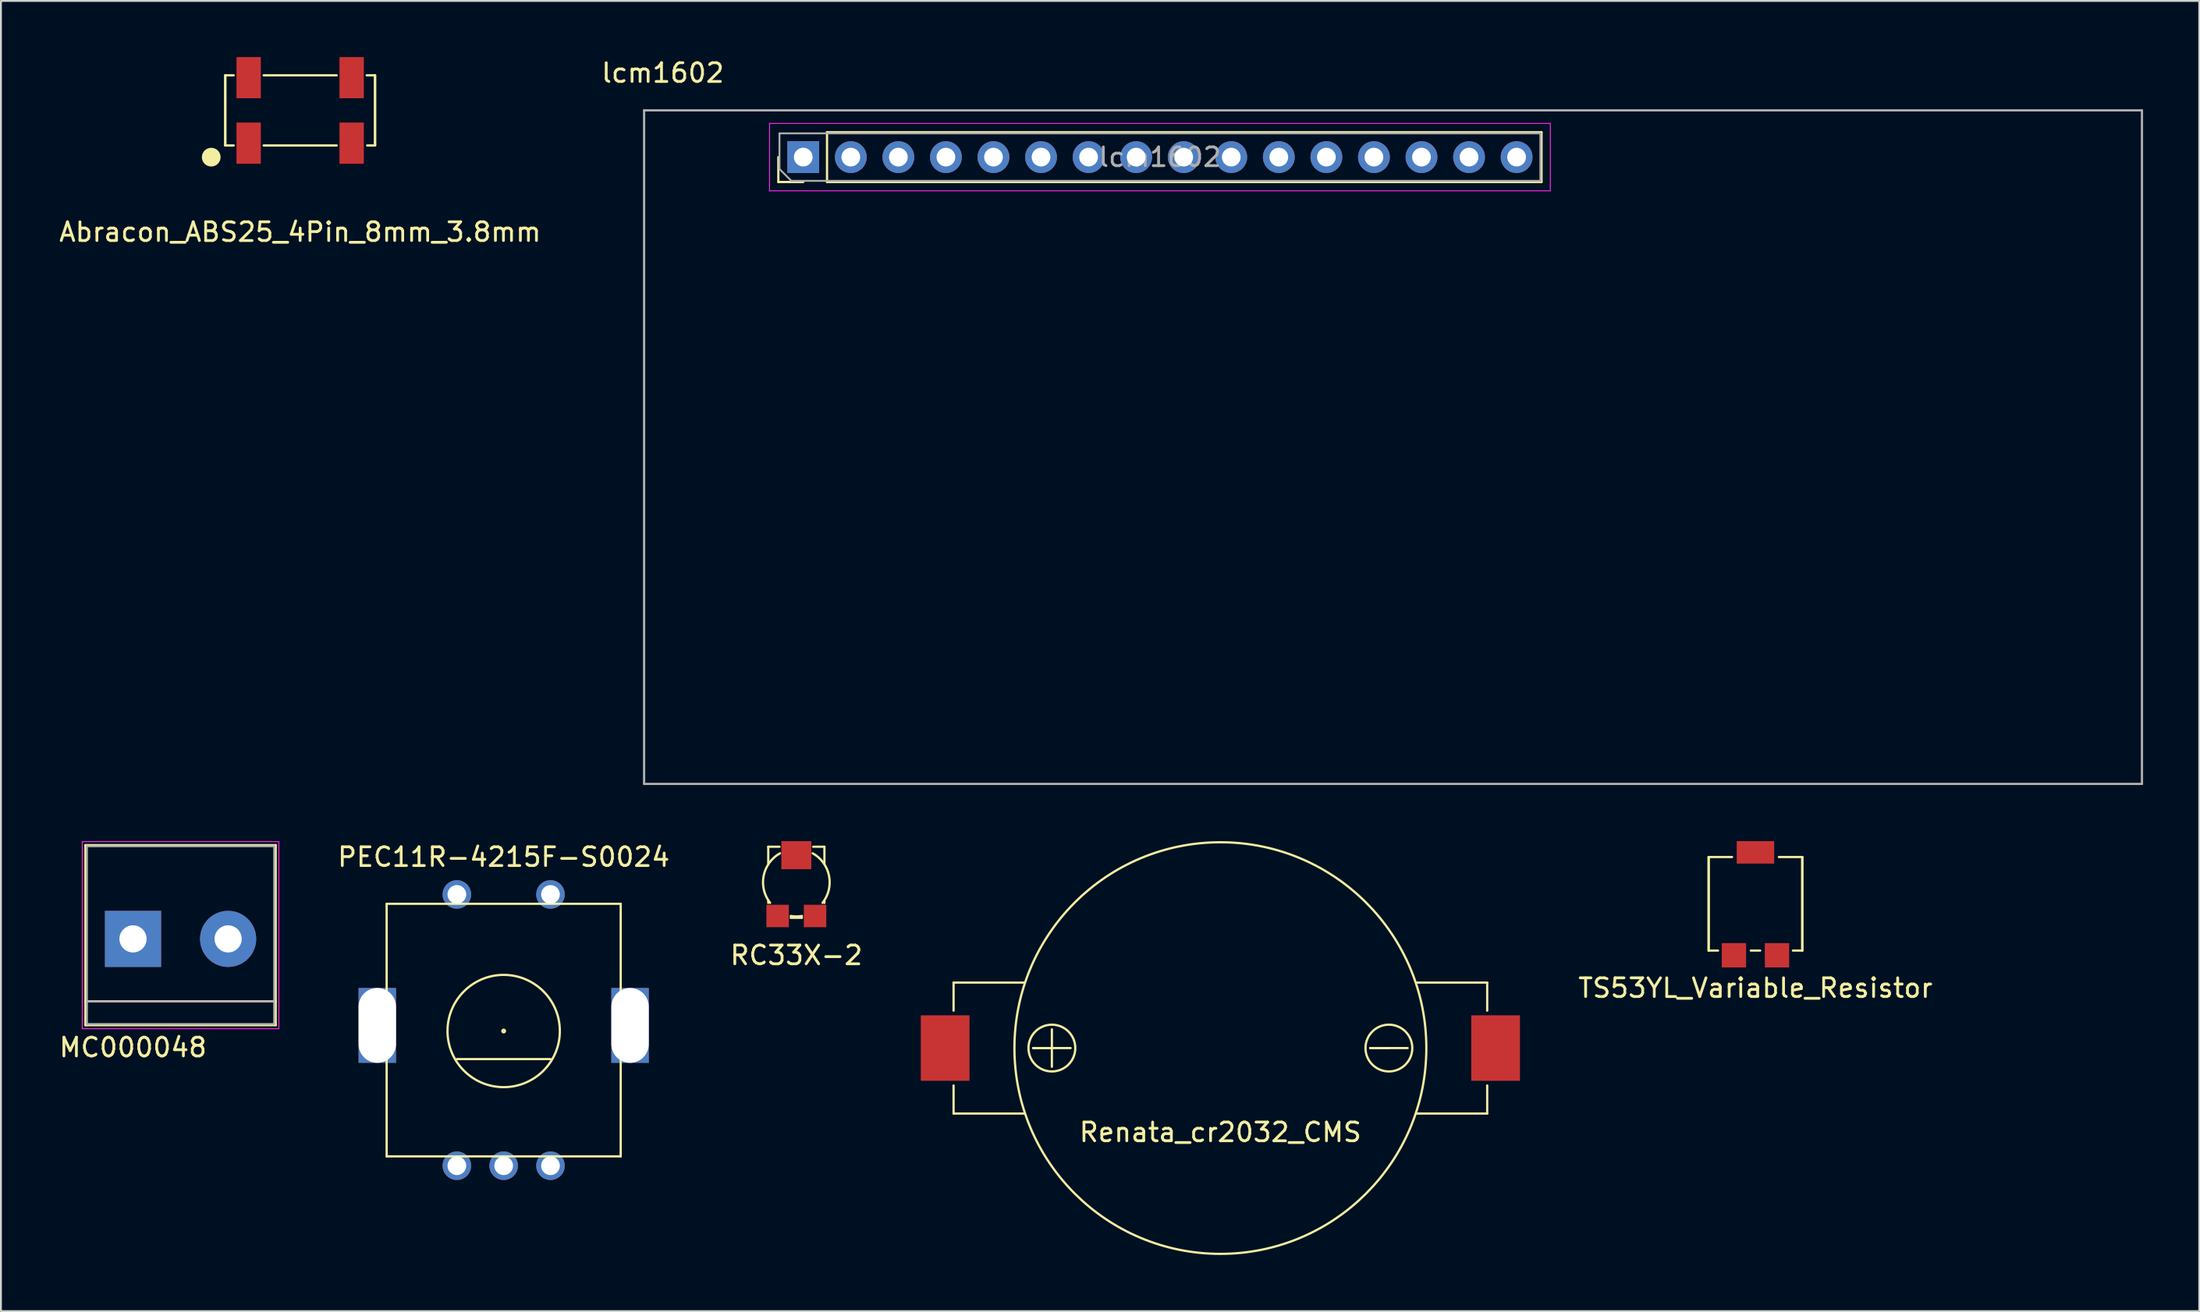
<source format=kicad_pcb>
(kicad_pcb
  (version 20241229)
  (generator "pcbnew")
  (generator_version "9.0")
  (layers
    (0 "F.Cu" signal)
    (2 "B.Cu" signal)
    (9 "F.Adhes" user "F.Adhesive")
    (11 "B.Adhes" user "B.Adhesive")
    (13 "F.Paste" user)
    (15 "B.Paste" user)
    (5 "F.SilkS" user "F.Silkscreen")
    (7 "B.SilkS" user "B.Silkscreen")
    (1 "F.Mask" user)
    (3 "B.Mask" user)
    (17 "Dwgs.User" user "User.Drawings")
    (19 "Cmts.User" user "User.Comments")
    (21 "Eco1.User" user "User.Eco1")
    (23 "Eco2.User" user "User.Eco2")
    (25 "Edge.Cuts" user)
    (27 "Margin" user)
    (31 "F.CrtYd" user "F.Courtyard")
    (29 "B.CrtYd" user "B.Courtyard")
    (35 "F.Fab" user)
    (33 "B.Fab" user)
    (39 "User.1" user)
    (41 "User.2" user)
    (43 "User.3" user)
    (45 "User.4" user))
  (footprint "RC33X-2"
    (layer "F.Cu")
    (at 39.482 44.108)
    (property "Reference" "RC33X-2" (at 0 3.9 0) (layer "F.SilkS") (effects (font (size 1 1) (thickness 0.15))))
    (attr through_hole)
    (fp_line (start -1.5 -1) (end -1.5 -1.9) (stroke (width 0.12) (type solid)) (layer "F.SilkS"))
    (fp_line (start -1.5 1) (end -1.5 1.1) (stroke (width 0.12) (type solid)) (layer "F.SilkS"))
    (fp_line (start -0.9 -1.9) (end -1.5 -1.9) (stroke (width 0.12) (type solid)) (layer "F.SilkS"))
    (fp_line (start -0.3 1.9) (end 0.3 1.9) (stroke (width 0.12) (type solid)) (layer "F.SilkS"))
    (fp_line (start 1.5 -1.9) (end 0.9 -1.9) (stroke (width 0.12) (type solid)) (layer "F.SilkS"))
    (fp_line (start 1.5 -1.9) (end 1.5 -1) (stroke (width 0.12) (type solid)) (layer "F.SilkS"))
    (fp_line (start 1.5 1.1) (end 1.5 1) (stroke (width 0.12) (type solid)) (layer "F.SilkS"))
    (fp_arc (start -1.399999 1.099999) (mid -1.746282 -0.34712) (end -0.872884 -1.551795) (stroke (width 0.12) (type solid)) (layer "F.SilkS"))
    (fp_arc (start 0.300001 1.799999) (mid 0.000001 1.824828) (end -0.299999 1.799999) (stroke (width 0.12) (type solid)) (layer "F.SilkS"))
    (fp_arc (start 0.872884 -1.551795) (mid 1.746282 -0.34712) (end 1.399999 1.099999) (stroke (width 0.12) (type solid)) (layer "F.SilkS"))
    (fp_line (start 0.9 -1.9) (end 1.5 -1.9) (stroke (width 0.12) (type solid)) (layer "Eco1.User"))
    (fp_line (start 1.5 -1.9) (end 1.5 -1) (stroke (width 0.12) (type solid)) (layer "Eco1.User"))
    (pad "1" smd rect (at 1 1.8) (size 1.2 1.2) (layers "F.Cu" "F.Mask" "F.Paste"))
    (pad "2" smd rect (at 0 -1.45) (size 1.6 1.5) (layers "F.Cu" "F.Mask" "F.Paste"))
    (pad "3" smd rect (at -1 1.8) (size 1.2 1.2) (layers "F.Cu" "F.Mask" "F.Paste")))
  (footprint "Abracon_ABS25_4Pin_8mm_3.8mm"
    (layer "F.Cu")
    (at 12.982 2.85)
    (property "Reference" "Abracon_ABS25_4Pin_8mm_3.8mm" (at 0 6.5 0) (layer "F.SilkS") (effects (font (size 1 1) (thickness 0.15))))
    (attr through_hole)
    (fp_line (start -4 -1.875) (end -4 1.875) (stroke (width 0.12) (type solid)) (layer "F.SilkS"))
    (fp_line (start -4 1.875) (end -4 -1.875) (stroke (width 0.12) (type solid)) (layer "F.SilkS"))
    (fp_line (start -4 1.875) (end -3.55 1.875) (stroke (width 0.12) (type solid)) (layer "F.SilkS"))
    (fp_line (start -3.55 -1.875) (end -4 -1.875) (stroke (width 0.12) (type solid)) (layer "F.SilkS"))
    (fp_line (start -1.95 1.875) (end 1.95 1.875) (stroke (width 0.12) (type solid)) (layer "F.SilkS"))
    (fp_line (start 1.95 -1.875) (end -1.95 -1.875) (stroke (width 0.12) (type solid)) (layer "F.SilkS"))
    (fp_line (start 3.575 1.875) (end 4 1.875) (stroke (width 0.12) (type solid)) (layer "F.SilkS"))
    (fp_line (start 4 -1.875) (end 3.55 -1.875) (stroke (width 0.12) (type solid)) (layer "F.SilkS"))
    (fp_line (start 4 -1.875) (end 4 1.875) (stroke (width 0.12) (type solid)) (layer "F.SilkS"))
    (fp_line (start 4 1.875) (end 4 -1.875) (stroke (width 0.12) (type solid)) (layer "F.SilkS"))
    (fp_circle (center -4.75 2.5) (end -4.5 2.5) (stroke (width 0.5) (type solid)) (fill no) (layer "F.SilkS"))
    (pad "1" smd rect (at -2.75 1.6) (size 1.3 2.2) (drill (offset 0 0.15)) (layers "F.Cu" "F.Mask" "F.Paste"))
    (pad "2" smd rect (at 2.75 1.6) (size 1.3 2.2) (drill (offset 0 0.15)) (layers "F.Cu" "F.Mask" "F.Paste"))
    (pad "3" smd rect (at 2.75 -1.6 180) (size 1.3 2.2) (drill (offset 0 0.15)) (layers "F.Cu" "F.Mask" "F.Paste"))
    (pad "4" smd rect (at -2.75 -1.9) (size 1.3 2.2) (drill (offset 0 0.15)) (layers "F.Cu" "F.Mask" "F.Paste")))
  (footprint "Renata_cr2032_CMS"
    (layer "F.Cu")
    (at 62.13 52.968)
    (property "Reference" "Renata_cr2032_CMS" (at 0 4.5 0) (layer "F.SilkS") (effects (font (size 1 1) (thickness 0.15))))
    (attr through_hole)
    (fp_line (start -14.25 -3.5) (end -10.5 -3.5) (stroke (width 0.12) (type solid)) (layer "F.SilkS"))
    (fp_line (start -14.25 -2) (end -14.25 -3.5) (stroke (width 0.12) (type solid)) (layer "F.SilkS"))
    (fp_line (start -14.25 2) (end -14.25 3.5) (stroke (width 0.12) (type solid)) (layer "F.SilkS"))
    (fp_line (start -14.25 3.5) (end -10.5 3.5) (stroke (width 0.12) (type solid)) (layer "F.SilkS"))
    (fp_line (start -10 0) (end -8 0) (stroke (width 0.12) (type solid)) (layer "F.SilkS"))
    (fp_line (start -9 -1) (end -9 1) (stroke (width 0.12) (type solid)) (layer "F.SilkS"))
    (fp_line (start -9 0) (end -10 0) (stroke (width 0.12) (type solid)) (layer "F.SilkS"))
    (fp_line (start 8 0) (end 10 0) (stroke (width 0.12) (type solid)) (layer "F.SilkS"))
    (fp_line (start 9 0) (end 8 0) (stroke (width 0.12) (type solid)) (layer "F.SilkS"))
    (fp_line (start 10.5 -3.5) (end 14.25 -3.5) (stroke (width 0.12) (type solid)) (layer "F.SilkS"))
    (fp_line (start 14.25 -3.5) (end 14.25 -2) (stroke (width 0.12) (type solid)) (layer "F.SilkS"))
    (fp_line (start 14.25 2) (end 14.25 3.5) (stroke (width 0.12) (type solid)) (layer "F.SilkS"))
    (fp_line (start 14.25 3.5) (end 10.5 3.5) (stroke (width 0.12) (type solid)) (layer "F.SilkS"))
    (fp_circle (center -9 0) (end -7.75 0) (stroke (width 0.12) (type solid)) (fill no) (layer "F.SilkS"))
    (fp_circle (center 0 0) (end 11 0) (stroke (width 0.12) (type solid)) (fill no) (layer "F.SilkS"))
    (fp_circle (center 9 0) (end 10.25 0) (stroke (width 0.12) (type solid)) (fill no) (layer "F.SilkS"))
    (pad "1" smd rect (at -14.7 0) (size 2.6 3.5) (layers "F.Cu" "F.Mask" "F.Paste"))
    (pad "2" smd rect (at 14.7 0) (size 2.6 3.5) (layers "F.Cu" "F.Mask" "F.Paste")))
  (footprint "TS53YL_Variable_Resistor"
    (layer "F.Cu")
    (at 90.708 45.258)
    (property "Reference" "TS53YL_Variable_Resistor" (at 0 4.5 0) (layer "F.SilkS") (effects (font (size 1 1) (thickness 0.15))))
    (attr through_hole)
    (fp_line (start -2.5 -2.5) (end -2.5 2.5) (stroke (width 0.12) (type solid)) (layer "F.SilkS"))
    (fp_line (start -2.5 2.5) (end -2.5 -2.5) (stroke (width 0.12) (type solid)) (layer "F.SilkS"))
    (fp_line (start -2.5 2.5) (end -2 2.5) (stroke (width 0.12) (type solid)) (layer "F.SilkS"))
    (fp_line (start -1.25 -2.5) (end -2.5 -2.5) (stroke (width 0.12) (type solid)) (layer "F.SilkS"))
    (fp_line (start -0.25 2.5) (end 0.25 2.5) (stroke (width 0.12) (type solid)) (layer "F.SilkS"))
    (fp_line (start 2 2.5) (end 2.5 2.5) (stroke (width 0.12) (type solid)) (layer "F.SilkS"))
    (fp_line (start 2.5 -2.5) (end 1.25 -2.5) (stroke (width 0.12) (type solid)) (layer "F.SilkS"))
    (fp_line (start 2.5 -2.5) (end 2.5 2.5) (stroke (width 0.12) (type solid)) (layer "F.SilkS"))
    (fp_line (start 2.5 2.5) (end 2.5 -2.5) (stroke (width 0.12) (type solid)) (layer "F.SilkS"))
    (pad "1" smd rect (at 1.15 2.75) (size 1.3 1.3) (layers "F.Cu" "F.Mask" "F.Paste"))
    (pad "2" smd rect (at 0 -2.75) (size 2 1.2) (layers "F.Cu" "F.Mask" "F.Paste"))
    (pad "3" smd rect (at -1.15 2.75) (size 1.3 1.3) (layers "F.Cu" "F.Mask" "F.Paste")))
  (footprint "MC000048"
    (layer "F.Cu")
    (at 1.054 51.933)
    (property "Reference" "MC000048" (at 3 1 0) (layer "F.SilkS") (effects (font (size 1 1) (thickness 0.15))))
    (attr through_hole)
    (fp_line (start 0.46 -9.81) (end 0.46 -0.19) (stroke (width 0.12) (type solid)) (layer "F.SilkS"))
    (fp_line (start 0.46 -0.19) (end 10.62 -0.19) (stroke (width 0.12) (type solid)) (layer "F.SilkS"))
    (fp_line (start 10.62 -9.81) (end 0.46 -9.81) (stroke (width 0.12) (type solid)) (layer "F.SilkS"))
    (fp_line (start 10.62 -1.46) (end 0.46 -1.46) (stroke (width 0.12) (type solid)) (layer "F.SilkS"))
    (fp_line (start 10.62 -0.19) (end 10.62 -9.81) (stroke (width 0.12) (type solid)) (layer "F.SilkS"))
    (fp_line (start 0.29 -10) (end 0.29 0) (stroke (width 0.05) (type solid)) (layer "F.CrtYd"))
    (fp_line (start 0.29 -10) (end 10.79 -10) (stroke (width 0.05) (type solid)) (layer "F.CrtYd"))
    (fp_line (start 10.79 0) (end 0.29 0) (stroke (width 0.05) (type solid)) (layer "F.CrtYd"))
    (fp_line (start 10.79 0) (end 10.79 -10) (stroke (width 0.05) (type solid)) (layer "F.CrtYd"))
    (fp_line (start 0.54 -9.75) (end 0.54 -0.25) (stroke (width 0.1) (type solid)) (layer "F.Fab"))
    (fp_line (start 0.54 -0.25) (end 10.54 -0.25) (stroke (width 0.1) (type solid)) (layer "F.Fab"))
    (fp_line (start 0.59 -1.45) (end 10.49 -1.45) (stroke (width 0.1) (type solid)) (layer "F.Fab"))
    (fp_line (start 10.54 -9.75) (end 0.54 -9.75) (stroke (width 0.1) (type solid)) (layer "F.Fab"))
    (fp_line (start 10.54 -0.25) (end 10.54 -9.75) (stroke (width 0.1) (type solid)) (layer "F.Fab"))
    (pad "1" thru_hole rect (at 3 -4.8) (size 3 3) (drill 1.45) (layers "*.Cu" "*.Mask"))
    (pad "2" thru_hole circle (at 8.08 -4.8) (size 3 3) (drill 1.45) (layers "*.Cu" "*.Mask")))
  (footprint "lcm1602"
    (layer "F.Cu")
    (at 31.351 2.848)
    (property "Reference" "lcm1602" (at 1 -2 0) (layer "F.SilkS") (effects (font (size 1 1) (thickness 0.15))))
    (attr through_hole)
    (fp_line (start 7.17 3.83) (end 7.17 2.5) (stroke (width 0.12) (type solid)) (layer "F.SilkS"))
    (fp_line (start 8.5 3.83) (end 7.17 3.83) (stroke (width 0.12) (type solid)) (layer "F.SilkS"))
    (fp_line (start 9.77 1.17) (end 47.93 1.17) (stroke (width 0.12) (type solid)) (layer "F.SilkS"))
    (fp_line (start 9.77 3.83) (end 9.77 1.17) (stroke (width 0.12) (type solid)) (layer "F.SilkS"))
    (fp_line (start 9.77 3.83) (end 47.93 3.83) (stroke (width 0.12) (type solid)) (layer "F.SilkS"))
    (fp_line (start 47.93 3.83) (end 47.93 1.17) (stroke (width 0.12) (type solid)) (layer "F.SilkS"))
    (fp_line (start 6.7 0.7) (end 6.7 4.3) (stroke (width 0.05) (type solid)) (layer "F.CrtYd"))
    (fp_line (start 6.7 4.3) (end 48.4 4.3) (stroke (width 0.05) (type solid)) (layer "F.CrtYd"))
    (fp_line (start 48.4 0.7) (end 6.7 0.7) (stroke (width 0.05) (type solid)) (layer "F.CrtYd"))
    (fp_line (start 48.4 4.3) (end 48.4 0.7) (stroke (width 0.05) (type solid)) (layer "F.CrtYd"))
    (fp_line (start 0 0) (end 80 0) (stroke (width 0.12) (type solid)) (layer "F.Fab"))
    (fp_line (start 0 36) (end 0 0) (stroke (width 0.12) (type solid)) (layer "F.Fab"))
    (fp_line (start 7.23 1.23) (end 47.87 1.23) (stroke (width 0.1) (type solid)) (layer "F.Fab"))
    (fp_line (start 7.23 3.135) (end 7.23 1.23) (stroke (width 0.1) (type solid)) (layer "F.Fab"))
    (fp_line (start 7.865 3.77) (end 7.23 3.135) (stroke (width 0.1) (type solid)) (layer "F.Fab"))
    (fp_line (start 47.87 1.23) (end 47.87 3.77) (stroke (width 0.1) (type solid)) (layer "F.Fab"))
    (fp_line (start 47.87 3.77) (end 7.865 3.77) (stroke (width 0.1) (type solid)) (layer "F.Fab"))
    (fp_line (start 80 0) (end 80 36) (stroke (width 0.12) (type solid)) (layer "F.Fab"))
    (fp_line (start 80 36) (end 0 36) (stroke (width 0.12) (type solid)) (layer "F.Fab"))
    (fp_text user "${REFERENCE}" (at 27.55 2.5 180) (layer "F.Fab") (effects (font (size 1 1) (thickness 0.15))))
    (pad "1" thru_hole rect (at 8.5 2.5 90) (size 1.7 1.7) (drill 1) (layers "*.Cu" "*.Mask"))
    (pad "2" thru_hole oval (at 11.04 2.5 90) (size 1.7 1.7) (drill 1) (layers "*.Cu" "*.Mask"))
    (pad "3" thru_hole oval (at 13.58 2.5 90) (size 1.7 1.7) (drill 1) (layers "*.Cu" "*.Mask"))
    (pad "4" thru_hole oval (at 16.12 2.5 90) (size 1.7 1.7) (drill 1) (layers "*.Cu" "*.Mask"))
    (pad "5" thru_hole oval (at 18.66 2.5 90) (size 1.7 1.7) (drill 1) (layers "*.Cu" "*.Mask"))
    (pad "6" thru_hole oval (at 21.2 2.5 90) (size 1.7 1.7) (drill 1) (layers "*.Cu" "*.Mask"))
    (pad "7" thru_hole oval (at 23.74 2.5 90) (size 1.7 1.7) (drill 1) (layers "*.Cu" "*.Mask"))
    (pad "8" thru_hole oval (at 26.28 2.5 90) (size 1.7 1.7) (drill 1) (layers "*.Cu" "*.Mask"))
    (pad "9" thru_hole oval (at 28.82 2.5 90) (size 1.7 1.7) (drill 1) (layers "*.Cu" "*.Mask"))
    (pad "10" thru_hole oval (at 31.36 2.5 90) (size 1.7 1.7) (drill 1) (layers "*.Cu" "*.Mask"))
    (pad "11" thru_hole oval (at 33.9 2.5 90) (size 1.7 1.7) (drill 1) (layers "*.Cu" "*.Mask"))
    (pad "12" thru_hole oval (at 36.44 2.5 90) (size 1.7 1.7) (drill 1) (layers "*.Cu" "*.Mask"))
    (pad "13" thru_hole oval (at 38.98 2.5 90) (size 1.7 1.7) (drill 1) (layers "*.Cu" "*.Mask"))
    (pad "14" thru_hole oval (at 41.52 2.5 90) (size 1.7 1.7) (drill 1) (layers "*.Cu" "*.Mask"))
    (pad "15" thru_hole oval (at 44.06 2.5 90) (size 1.7 1.7) (drill 1) (layers "*.Cu" "*.Mask"))
    (pad "16" thru_hole oval (at 46.6 2.5 90) (size 1.7 1.7) (drill 1) (layers "*.Cu" "*.Mask")))
  (footprint "PEC11R-4215F-S0024"
    (layer "F.Cu")
    (at 23.851 59.257)
    (property "Reference" "PEC11R-4215F-S0024" (at 0 -16.5 0) (layer "F.SilkS") (effects (font (size 1 1) (thickness 0.15))))
    (attr through_hole)
    (fp_line (start -6.25 -14) (end 6.25 -14) (stroke (width 0.12) (type solid)) (layer "F.SilkS"))
    (fp_line (start -6.25 -0.5) (end -6.25 -14) (stroke (width 0.12) (type solid)) (layer "F.SilkS"))
    (fp_line (start 2.5 -5.7) (end -2.5 -5.7) (stroke (width 0.12) (type solid)) (layer "F.SilkS"))
    (fp_line (start 6.25 -14) (end 6.25 -0.5) (stroke (width 0.12) (type solid)) (layer "F.SilkS"))
    (fp_line (start 6.25 -0.5) (end -6.25 -0.5) (stroke (width 0.12) (type solid)) (layer "F.SilkS"))
    (fp_circle (center 0 -7.2) (end 0.05 -7.15) (stroke (width 0.12) (type solid)) (fill no) (layer "F.SilkS"))
    (fp_circle (center 0 -7.2) (end 3 -7.2) (stroke (width 0.12) (type solid)) (fill no) (layer "F.SilkS"))
    (pad "" np_thru_hole rect (at -6.75 -7.5) (size 2 4) (drill oval 2 4) (layers "*.Cu" "*.Mask"))
    (pad "" np_thru_hole rect (at 6.75 -7.5) (size 2 4) (drill oval 2 4) (layers "*.Cu" "*.Mask"))
    (pad "A" thru_hole circle (at -2.5 0) (size 1.524 1.524) (drill 1) (layers "*.Cu" "*.Mask"))
    (pad "B" thru_hole circle (at 2.5 0) (size 1.524 1.524) (drill 1) (layers "*.Cu" "*.Mask"))
    (pad "C" thru_hole circle (at 0 0) (size 1.524 1.524) (drill 1) (layers "*.Cu" "*.Mask"))
    (pad "S1" thru_hole circle (at -2.5 -14.5) (size 1.524 1.524) (drill 1) (layers "*.Cu" "*.Mask"))
    (pad "S2" thru_hole circle (at 2.5 -14.5) (size 1.524 1.524) (drill 1) (layers "*.Cu" "*.Mask")))
  (gr_rect
    (start -3 -3)
    (end 114.411 67.028)
    (stroke (width 0.1) (type default))
    (fill no)
    (layer "Edge.Cuts")))
</source>
